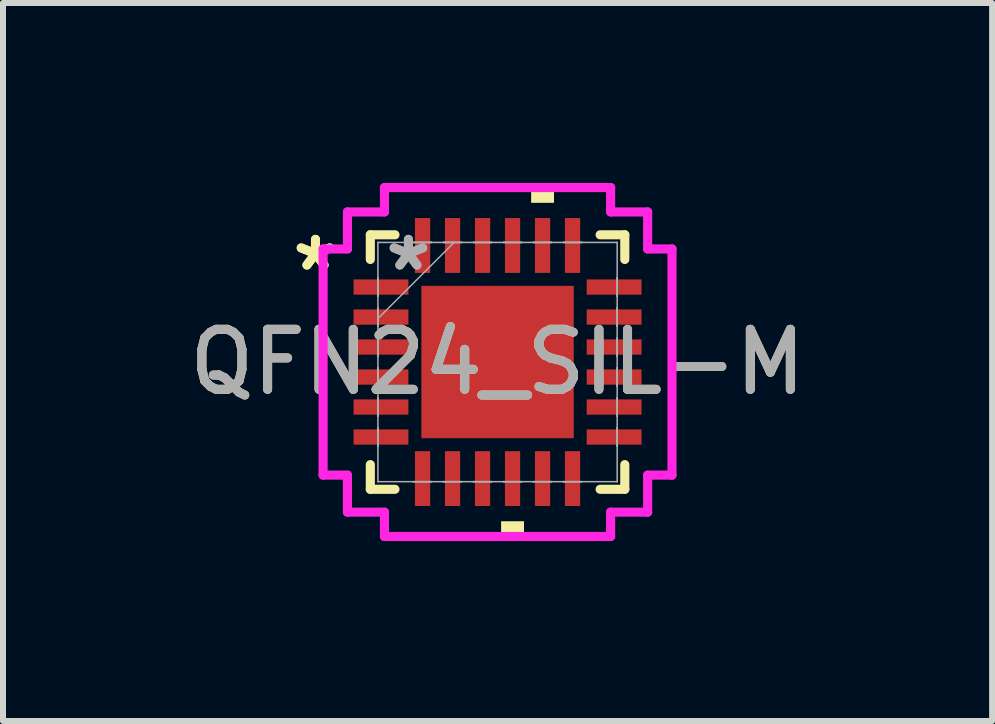
<source format=kicad_pcb>
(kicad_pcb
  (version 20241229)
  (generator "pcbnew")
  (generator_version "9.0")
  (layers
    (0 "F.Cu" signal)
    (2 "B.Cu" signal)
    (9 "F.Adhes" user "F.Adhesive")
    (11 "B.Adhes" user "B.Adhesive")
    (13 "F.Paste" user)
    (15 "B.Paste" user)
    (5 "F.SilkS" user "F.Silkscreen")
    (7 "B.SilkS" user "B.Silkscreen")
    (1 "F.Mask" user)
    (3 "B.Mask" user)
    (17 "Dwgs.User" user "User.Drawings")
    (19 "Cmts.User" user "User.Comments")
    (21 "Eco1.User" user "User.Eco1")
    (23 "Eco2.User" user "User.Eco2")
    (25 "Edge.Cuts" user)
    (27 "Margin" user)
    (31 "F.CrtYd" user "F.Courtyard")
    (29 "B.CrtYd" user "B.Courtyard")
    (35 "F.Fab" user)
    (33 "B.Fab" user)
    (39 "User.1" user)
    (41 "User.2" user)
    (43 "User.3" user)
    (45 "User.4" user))
  (footprint "QFN24_SIL-M"
    (layer "F.Cu")
    (at 5.244 2.985)
    (property "Reference" "QFN24_SIL-M" (at 0 0 0) (unlocked yes) (layer "F.SilkS") (effects (font (size 1 1) (thickness 0.15))))
    (attr smd)
    (fp_line (start -2.121 -2.121) (end -2.121 -1.71) (stroke (width 0.152) (type solid)) (layer "F.SilkS"))
    (fp_line (start -2.121 1.71) (end -2.121 2.121) (stroke (width 0.152) (type solid)) (layer "F.SilkS"))
    (fp_line (start -2.121 2.121) (end -1.71 2.121) (stroke (width 0.152) (type solid)) (layer "F.SilkS"))
    (fp_line (start -1.71 -2.121) (end -2.121 -2.121) (stroke (width 0.152) (type solid)) (layer "F.SilkS"))
    (fp_line (start 1.71 2.121) (end 2.121 2.121) (stroke (width 0.152) (type solid)) (layer "F.SilkS"))
    (fp_line (start 2.121 -2.121) (end 1.71 -2.121) (stroke (width 0.152) (type solid)) (layer "F.SilkS"))
    (fp_line (start 2.121 -1.71) (end 2.121 -2.121) (stroke (width 0.152) (type solid)) (layer "F.SilkS"))
    (fp_line (start 2.121 2.121) (end 2.121 1.71) (stroke (width 0.152) (type solid)) (layer "F.SilkS"))
    (fp_poly (pts (xy 0.059 2.654) (xy 0.059 2.908) (xy 0.441 2.908) (xy 0.441 2.654)) (stroke (width 0) (type solid)) (fill yes) (layer "F.SilkS"))
    (fp_poly (pts (xy 0.56 -2.654) (xy 0.56 -2.908) (xy 0.941 -2.908) (xy 0.941 -2.654)) (stroke (width 0) (type solid)) (fill yes) (layer "F.SilkS"))
    (fp_poly (pts (xy -1.17 -1.17) (xy -1.17 -0.1) (xy -0.1 -0.1) (xy -0.1 -1.17)) (stroke (width 0) (type solid)) (fill yes) (layer "F.Paste"))
    (fp_poly (pts (xy -1.17 0.1) (xy -1.17 1.17) (xy -0.1 1.17) (xy -0.1 0.1)) (stroke (width 0) (type solid)) (fill yes) (layer "F.Paste"))
    (fp_poly (pts (xy 0.1 -1.17) (xy 0.1 -0.1) (xy 1.17 -0.1) (xy 1.17 -1.17)) (stroke (width 0) (type solid)) (fill yes) (layer "F.Paste"))
    (fp_poly (pts (xy 0.1 0.1) (xy 0.1 1.17) (xy 1.17 1.17) (xy 1.17 0.1)) (stroke (width 0) (type solid)) (fill yes) (layer "F.Paste"))
    (fp_line (start -2.908 -1.885) (end -2.502 -1.885) (stroke (width 0.152) (type solid)) (layer "F.CrtYd"))
    (fp_line (start -2.908 1.885) (end -2.908 -1.885) (stroke (width 0.152) (type solid)) (layer "F.CrtYd"))
    (fp_line (start -2.502 -2.502) (end -1.885 -2.502) (stroke (width 0.152) (type solid)) (layer "F.CrtYd"))
    (fp_line (start -2.502 -1.885) (end -2.502 -2.502) (stroke (width 0.152) (type solid)) (layer "F.CrtYd"))
    (fp_line (start -2.502 1.885) (end -2.908 1.885) (stroke (width 0.152) (type solid)) (layer "F.CrtYd"))
    (fp_line (start -2.502 2.502) (end -2.502 1.885) (stroke (width 0.152) (type solid)) (layer "F.CrtYd"))
    (fp_line (start -1.885 -2.908) (end 1.885 -2.908) (stroke (width 0.152) (type solid)) (layer "F.CrtYd"))
    (fp_line (start -1.885 -2.502) (end -1.885 -2.908) (stroke (width 0.152) (type solid)) (layer "F.CrtYd"))
    (fp_line (start -1.885 2.502) (end -2.502 2.502) (stroke (width 0.152) (type solid)) (layer "F.CrtYd"))
    (fp_line (start -1.885 2.908) (end -1.885 2.502) (stroke (width 0.152) (type solid)) (layer "F.CrtYd"))
    (fp_line (start 1.885 -2.908) (end 1.885 -2.502) (stroke (width 0.152) (type solid)) (layer "F.CrtYd"))
    (fp_line (start 1.885 -2.502) (end 2.502 -2.502) (stroke (width 0.152) (type solid)) (layer "F.CrtYd"))
    (fp_line (start 1.885 2.502) (end 1.885 2.908) (stroke (width 0.152) (type solid)) (layer "F.CrtYd"))
    (fp_line (start 1.885 2.908) (end -1.885 2.908) (stroke (width 0.152) (type solid)) (layer "F.CrtYd"))
    (fp_line (start 2.502 -2.502) (end 2.502 -1.885) (stroke (width 0.152) (type solid)) (layer "F.CrtYd"))
    (fp_line (start 2.502 -1.885) (end 2.908 -1.885) (stroke (width 0.152) (type solid)) (layer "F.CrtYd"))
    (fp_line (start 2.502 1.885) (end 2.502 2.502) (stroke (width 0.152) (type solid)) (layer "F.CrtYd"))
    (fp_line (start 2.502 2.502) (end 1.885 2.502) (stroke (width 0.152) (type solid)) (layer "F.CrtYd"))
    (fp_line (start 2.908 -1.885) (end 2.908 1.885) (stroke (width 0.152) (type solid)) (layer "F.CrtYd"))
    (fp_line (start 2.908 1.885) (end 2.502 1.885) (stroke (width 0.152) (type solid)) (layer "F.CrtYd"))
    (fp_line (start -1.994 -1.994) (end -1.994 -1.994) (stroke (width 0.025) (type solid)) (layer "F.Fab"))
    (fp_line (start -1.994 -1.994) (end -1.994 1.994) (stroke (width 0.025) (type solid)) (layer "F.Fab"))
    (fp_line (start -1.994 -1.402) (end -1.994 -1.402) (stroke (width 0.025) (type solid)) (layer "F.Fab"))
    (fp_line (start -1.994 -1.402) (end -1.994 -1.098) (stroke (width 0.025) (type solid)) (layer "F.Fab"))
    (fp_line (start -1.994 -1.098) (end -1.994 -1.402) (stroke (width 0.025) (type solid)) (layer "F.Fab"))
    (fp_line (start -1.994 -1.098) (end -1.994 -1.098) (stroke (width 0.025) (type solid)) (layer "F.Fab"))
    (fp_line (start -1.994 -0.902) (end -1.994 -0.902) (stroke (width 0.025) (type solid)) (layer "F.Fab"))
    (fp_line (start -1.994 -0.902) (end -1.994 -0.598) (stroke (width 0.025) (type solid)) (layer "F.Fab"))
    (fp_line (start -1.994 -0.724) (end -0.724 -1.994) (stroke (width 0.025) (type solid)) (layer "F.Fab"))
    (fp_line (start -1.994 -0.598) (end -1.994 -0.902) (stroke (width 0.025) (type solid)) (layer "F.Fab"))
    (fp_line (start -1.994 -0.598) (end -1.994 -0.598) (stroke (width 0.025) (type solid)) (layer "F.Fab"))
    (fp_line (start -1.994 -0.402) (end -1.994 -0.402) (stroke (width 0.025) (type solid)) (layer "F.Fab"))
    (fp_line (start -1.994 -0.402) (end -1.994 -0.098) (stroke (width 0.025) (type solid)) (layer "F.Fab"))
    (fp_line (start -1.994 -0.098) (end -1.994 -0.402) (stroke (width 0.025) (type solid)) (layer "F.Fab"))
    (fp_line (start -1.994 -0.098) (end -1.994 -0.098) (stroke (width 0.025) (type solid)) (layer "F.Fab"))
    (fp_line (start -1.994 0.098) (end -1.994 0.098) (stroke (width 0.025) (type solid)) (layer "F.Fab"))
    (fp_line (start -1.994 0.098) (end -1.994 0.402) (stroke (width 0.025) (type solid)) (layer "F.Fab"))
    (fp_line (start -1.994 0.402) (end -1.994 0.098) (stroke (width 0.025) (type solid)) (layer "F.Fab"))
    (fp_line (start -1.994 0.402) (end -1.994 0.402) (stroke (width 0.025) (type solid)) (layer "F.Fab"))
    (fp_line (start -1.994 0.598) (end -1.994 0.598) (stroke (width 0.025) (type solid)) (layer "F.Fab"))
    (fp_line (start -1.994 0.598) (end -1.994 0.902) (stroke (width 0.025) (type solid)) (layer "F.Fab"))
    (fp_line (start -1.994 0.902) (end -1.994 0.598) (stroke (width 0.025) (type solid)) (layer "F.Fab"))
    (fp_line (start -1.994 0.902) (end -1.994 0.902) (stroke (width 0.025) (type solid)) (layer "F.Fab"))
    (fp_line (start -1.994 1.098) (end -1.994 1.098) (stroke (width 0.025) (type solid)) (layer "F.Fab"))
    (fp_line (start -1.994 1.098) (end -1.994 1.402) (stroke (width 0.025) (type solid)) (layer "F.Fab"))
    (fp_line (start -1.994 1.402) (end -1.994 1.098) (stroke (width 0.025) (type solid)) (layer "F.Fab"))
    (fp_line (start -1.994 1.402) (end -1.994 1.402) (stroke (width 0.025) (type solid)) (layer "F.Fab"))
    (fp_line (start -1.994 1.994) (end -1.994 1.994) (stroke (width 0.025) (type solid)) (layer "F.Fab"))
    (fp_line (start -1.994 1.994) (end 1.994 1.994) (stroke (width 0.025) (type solid)) (layer "F.Fab"))
    (fp_line (start -1.402 -1.994) (end -1.402 -1.994) (stroke (width 0.025) (type solid)) (layer "F.Fab"))
    (fp_line (start -1.402 -1.994) (end -1.098 -1.994) (stroke (width 0.025) (type solid)) (layer "F.Fab"))
    (fp_line (start -1.402 1.994) (end -1.402 1.994) (stroke (width 0.025) (type solid)) (layer "F.Fab"))
    (fp_line (start -1.402 1.994) (end -1.098 1.994) (stroke (width 0.025) (type solid)) (layer "F.Fab"))
    (fp_line (start -1.098 -1.994) (end -1.402 -1.994) (stroke (width 0.025) (type solid)) (layer "F.Fab"))
    (fp_line (start -1.098 -1.994) (end -1.098 -1.994) (stroke (width 0.025) (type solid)) (layer "F.Fab"))
    (fp_line (start -1.098 1.994) (end -1.402 1.994) (stroke (width 0.025) (type solid)) (layer "F.Fab"))
    (fp_line (start -1.098 1.994) (end -1.098 1.994) (stroke (width 0.025) (type solid)) (layer "F.Fab"))
    (fp_line (start -0.902 -1.994) (end -0.902 -1.994) (stroke (width 0.025) (type solid)) (layer "F.Fab"))
    (fp_line (start -0.902 -1.994) (end -0.598 -1.994) (stroke (width 0.025) (type solid)) (layer "F.Fab"))
    (fp_line (start -0.902 1.994) (end -0.902 1.994) (stroke (width 0.025) (type solid)) (layer "F.Fab"))
    (fp_line (start -0.902 1.994) (end -0.598 1.994) (stroke (width 0.025) (type solid)) (layer "F.Fab"))
    (fp_line (start -0.598 -1.994) (end -0.902 -1.994) (stroke (width 0.025) (type solid)) (layer "F.Fab"))
    (fp_line (start -0.598 -1.994) (end -0.598 -1.994) (stroke (width 0.025) (type solid)) (layer "F.Fab"))
    (fp_line (start -0.598 1.994) (end -0.902 1.994) (stroke (width 0.025) (type solid)) (layer "F.Fab"))
    (fp_line (start -0.598 1.994) (end -0.598 1.994) (stroke (width 0.025) (type solid)) (layer "F.Fab"))
    (fp_line (start -0.402 -1.994) (end -0.402 -1.994) (stroke (width 0.025) (type solid)) (layer "F.Fab"))
    (fp_line (start -0.402 -1.994) (end -0.098 -1.994) (stroke (width 0.025) (type solid)) (layer "F.Fab"))
    (fp_line (start -0.402 1.994) (end -0.402 1.994) (stroke (width 0.025) (type solid)) (layer "F.Fab"))
    (fp_line (start -0.402 1.994) (end -0.098 1.994) (stroke (width 0.025) (type solid)) (layer "F.Fab"))
    (fp_line (start -0.098 -1.994) (end -0.402 -1.994) (stroke (width 0.025) (type solid)) (layer "F.Fab"))
    (fp_line (start -0.098 -1.994) (end -0.098 -1.994) (stroke (width 0.025) (type solid)) (layer "F.Fab"))
    (fp_line (start -0.098 1.994) (end -0.402 1.994) (stroke (width 0.025) (type solid)) (layer "F.Fab"))
    (fp_line (start -0.098 1.994) (end -0.098 1.994) (stroke (width 0.025) (type solid)) (layer "F.Fab"))
    (fp_line (start 0.098 -1.994) (end 0.098 -1.994) (stroke (width 0.025) (type solid)) (layer "F.Fab"))
    (fp_line (start 0.098 -1.994) (end 0.402 -1.994) (stroke (width 0.025) (type solid)) (layer "F.Fab"))
    (fp_line (start 0.098 1.994) (end 0.098 1.994) (stroke (width 0.025) (type solid)) (layer "F.Fab"))
    (fp_line (start 0.098 1.994) (end 0.402 1.994) (stroke (width 0.025) (type solid)) (layer "F.Fab"))
    (fp_line (start 0.402 -1.994) (end 0.098 -1.994) (stroke (width 0.025) (type solid)) (layer "F.Fab"))
    (fp_line (start 0.402 -1.994) (end 0.402 -1.994) (stroke (width 0.025) (type solid)) (layer "F.Fab"))
    (fp_line (start 0.402 1.994) (end 0.098 1.994) (stroke (width 0.025) (type solid)) (layer "F.Fab"))
    (fp_line (start 0.402 1.994) (end 0.402 1.994) (stroke (width 0.025) (type solid)) (layer "F.Fab"))
    (fp_line (start 0.598 -1.994) (end 0.598 -1.994) (stroke (width 0.025) (type solid)) (layer "F.Fab"))
    (fp_line (start 0.598 -1.994) (end 0.902 -1.994) (stroke (width 0.025) (type solid)) (layer "F.Fab"))
    (fp_line (start 0.598 1.994) (end 0.598 1.994) (stroke (width 0.025) (type solid)) (layer "F.Fab"))
    (fp_line (start 0.598 1.994) (end 0.902 1.994) (stroke (width 0.025) (type solid)) (layer "F.Fab"))
    (fp_line (start 0.902 -1.994) (end 0.598 -1.994) (stroke (width 0.025) (type solid)) (layer "F.Fab"))
    (fp_line (start 0.902 -1.994) (end 0.902 -1.994) (stroke (width 0.025) (type solid)) (layer "F.Fab"))
    (fp_line (start 0.902 1.994) (end 0.598 1.994) (stroke (width 0.025) (type solid)) (layer "F.Fab"))
    (fp_line (start 0.902 1.994) (end 0.902 1.994) (stroke (width 0.025) (type solid)) (layer "F.Fab"))
    (fp_line (start 1.098 -1.994) (end 1.098 -1.994) (stroke (width 0.025) (type solid)) (layer "F.Fab"))
    (fp_line (start 1.098 -1.994) (end 1.402 -1.994) (stroke (width 0.025) (type solid)) (layer "F.Fab"))
    (fp_line (start 1.098 1.994) (end 1.098 1.994) (stroke (width 0.025) (type solid)) (layer "F.Fab"))
    (fp_line (start 1.098 1.994) (end 1.402 1.994) (stroke (width 0.025) (type solid)) (layer "F.Fab"))
    (fp_line (start 1.402 -1.994) (end 1.098 -1.994) (stroke (width 0.025) (type solid)) (layer "F.Fab"))
    (fp_line (start 1.402 -1.994) (end 1.402 -1.994) (stroke (width 0.025) (type solid)) (layer "F.Fab"))
    (fp_line (start 1.402 1.994) (end 1.098 1.994) (stroke (width 0.025) (type solid)) (layer "F.Fab"))
    (fp_line (start 1.402 1.994) (end 1.402 1.994) (stroke (width 0.025) (type solid)) (layer "F.Fab"))
    (fp_line (start 1.994 -1.994) (end -1.994 -1.994) (stroke (width 0.025) (type solid)) (layer "F.Fab"))
    (fp_line (start 1.994 -1.994) (end 1.994 -1.994) (stroke (width 0.025) (type solid)) (layer "F.Fab"))
    (fp_line (start 1.994 -1.402) (end 1.994 -1.402) (stroke (width 0.025) (type solid)) (layer "F.Fab"))
    (fp_line (start 1.994 -1.402) (end 1.994 -1.098) (stroke (width 0.025) (type solid)) (layer "F.Fab"))
    (fp_line (start 1.994 -1.098) (end 1.994 -1.402) (stroke (width 0.025) (type solid)) (layer "F.Fab"))
    (fp_line (start 1.994 -1.098) (end 1.994 -1.098) (stroke (width 0.025) (type solid)) (layer "F.Fab"))
    (fp_line (start 1.994 -0.902) (end 1.994 -0.902) (stroke (width 0.025) (type solid)) (layer "F.Fab"))
    (fp_line (start 1.994 -0.902) (end 1.994 -0.598) (stroke (width 0.025) (type solid)) (layer "F.Fab"))
    (fp_line (start 1.994 -0.598) (end 1.994 -0.902) (stroke (width 0.025) (type solid)) (layer "F.Fab"))
    (fp_line (start 1.994 -0.598) (end 1.994 -0.598) (stroke (width 0.025) (type solid)) (layer "F.Fab"))
    (fp_line (start 1.994 -0.402) (end 1.994 -0.402) (stroke (width 0.025) (type solid)) (layer "F.Fab"))
    (fp_line (start 1.994 -0.402) (end 1.994 -0.098) (stroke (width 0.025) (type solid)) (layer "F.Fab"))
    (fp_line (start 1.994 -0.098) (end 1.994 -0.402) (stroke (width 0.025) (type solid)) (layer "F.Fab"))
    (fp_line (start 1.994 -0.098) (end 1.994 -0.098) (stroke (width 0.025) (type solid)) (layer "F.Fab"))
    (fp_line (start 1.994 0.098) (end 1.994 0.098) (stroke (width 0.025) (type solid)) (layer "F.Fab"))
    (fp_line (start 1.994 0.098) (end 1.994 0.402) (stroke (width 0.025) (type solid)) (layer "F.Fab"))
    (fp_line (start 1.994 0.402) (end 1.994 0.098) (stroke (width 0.025) (type solid)) (layer "F.Fab"))
    (fp_line (start 1.994 0.402) (end 1.994 0.402) (stroke (width 0.025) (type solid)) (layer "F.Fab"))
    (fp_line (start 1.994 0.598) (end 1.994 0.598) (stroke (width 0.025) (type solid)) (layer "F.Fab"))
    (fp_line (start 1.994 0.598) (end 1.994 0.902) (stroke (width 0.025) (type solid)) (layer "F.Fab"))
    (fp_line (start 1.994 0.902) (end 1.994 0.598) (stroke (width 0.025) (type solid)) (layer "F.Fab"))
    (fp_line (start 1.994 0.902) (end 1.994 0.902) (stroke (width 0.025) (type solid)) (layer "F.Fab"))
    (fp_line (start 1.994 1.098) (end 1.994 1.098) (stroke (width 0.025) (type solid)) (layer "F.Fab"))
    (fp_line (start 1.994 1.098) (end 1.994 1.402) (stroke (width 0.025) (type solid)) (layer "F.Fab"))
    (fp_line (start 1.994 1.402) (end 1.994 1.098) (stroke (width 0.025) (type solid)) (layer "F.Fab"))
    (fp_line (start 1.994 1.402) (end 1.994 1.402) (stroke (width 0.025) (type solid)) (layer "F.Fab"))
    (fp_line (start 1.994 1.994) (end 1.994 -1.994) (stroke (width 0.025) (type solid)) (layer "F.Fab"))
    (fp_line (start 1.994 1.994) (end 1.994 1.994) (stroke (width 0.025) (type solid)) (layer "F.Fab"))
    (fp_text user "*" (at -3.035 -1.5 0) (layer "F.SilkS") (effects (font (size 1 1) (thickness 0.15))))
    (fp_text user "*" (at -3.035 -1.5 0) (unlocked yes) (layer "F.SilkS") (effects (font (size 1 1) (thickness 0.15))))
    (fp_text user "*" (at -1.486 -1.5 0) (unlocked yes) (layer "F.Fab") (effects (font (size 1 1) (thickness 0.15))))
    (fp_text user "${REFERENCE}" (at 0 0 0) (unlocked yes) (layer "F.Fab") (effects (font (size 1 1) (thickness 0.15))))
    (fp_text user "*" (at -1.486 -1.5 0) (layer "F.Fab") (effects (font (size 1 1) (thickness 0.15))))
    (pad "1" smd rect (at -1.943 -1.25 90) (size 0.254 0.914) (layers "F.Cu" "F.Mask" "F.Paste"))
    (pad "2" smd rect (at -1.943 -0.75 90) (size 0.254 0.914) (layers "F.Cu" "F.Mask" "F.Paste"))
    (pad "3" smd rect (at -1.943 -0.25 90) (size 0.254 0.914) (layers "F.Cu" "F.Mask" "F.Paste"))
    (pad "4" smd rect (at -1.943 0.25 90) (size 0.254 0.914) (layers "F.Cu" "F.Mask" "F.Paste"))
    (pad "5" smd rect (at -1.943 0.75 90) (size 0.254 0.914) (layers "F.Cu" "F.Mask" "F.Paste"))
    (pad "6" smd rect (at -1.943 1.25 90) (size 0.254 0.914) (layers "F.Cu" "F.Mask" "F.Paste"))
    (pad "7" smd rect (at -1.25 1.943) (size 0.254 0.914) (layers "F.Cu" "F.Mask" "F.Paste"))
    (pad "8" smd rect (at -0.75 1.943) (size 0.254 0.914) (layers "F.Cu" "F.Mask" "F.Paste"))
    (pad "9" smd rect (at -0.25 1.943) (size 0.254 0.914) (layers "F.Cu" "F.Mask" "F.Paste"))
    (pad "10" smd rect (at 0.25 1.943) (size 0.254 0.914) (layers "F.Cu" "F.Mask" "F.Paste"))
    (pad "11" smd rect (at 0.75 1.943) (size 0.254 0.914) (layers "F.Cu" "F.Mask" "F.Paste"))
    (pad "12" smd rect (at 1.25 1.943) (size 0.254 0.914) (layers "F.Cu" "F.Mask" "F.Paste"))
    (pad "13" smd rect (at 1.943 1.25 90) (size 0.254 0.914) (layers "F.Cu" "F.Mask" "F.Paste"))
    (pad "14" smd rect (at 1.943 0.75 90) (size 0.254 0.914) (layers "F.Cu" "F.Mask" "F.Paste"))
    (pad "15" smd rect (at 1.943 0.25 90) (size 0.254 0.914) (layers "F.Cu" "F.Mask" "F.Paste"))
    (pad "16" smd rect (at 1.943 -0.25 90) (size 0.254 0.914) (layers "F.Cu" "F.Mask" "F.Paste"))
    (pad "17" smd rect (at 1.943 -0.75 90) (size 0.254 0.914) (layers "F.Cu" "F.Mask" "F.Paste"))
    (pad "18" smd rect (at 1.943 -1.25 90) (size 0.254 0.914) (layers "F.Cu" "F.Mask" "F.Paste"))
    (pad "19" smd rect (at 1.25 -1.943) (size 0.254 0.914) (layers "F.Cu" "F.Mask" "F.Paste"))
    (pad "20" smd rect (at 0.75 -1.943) (size 0.254 0.914) (layers "F.Cu" "F.Mask" "F.Paste"))
    (pad "21" smd rect (at 0.25 -1.943) (size 0.254 0.914) (layers "F.Cu" "F.Mask" "F.Paste"))
    (pad "22" smd rect (at -0.25 -1.943) (size 0.254 0.914) (layers "F.Cu" "F.Mask" "F.Paste"))
    (pad "23" smd rect (at -0.75 -1.943) (size 0.254 0.914) (layers "F.Cu" "F.Mask" "F.Paste"))
    (pad "24" smd rect (at -1.25 -1.943) (size 0.254 0.914) (layers "F.Cu" "F.Mask" "F.Paste"))
    (pad "25" smd rect (at 0 0) (size 2.54 2.54) (layers "F.Cu" "F.Mask" "F.Paste")))
  (gr_rect
    (start -3 -3)
    (end 13.488 8.969)
    (stroke (width 0.1) (type default))
    (fill no)
    (layer "Edge.Cuts")))
</source>
